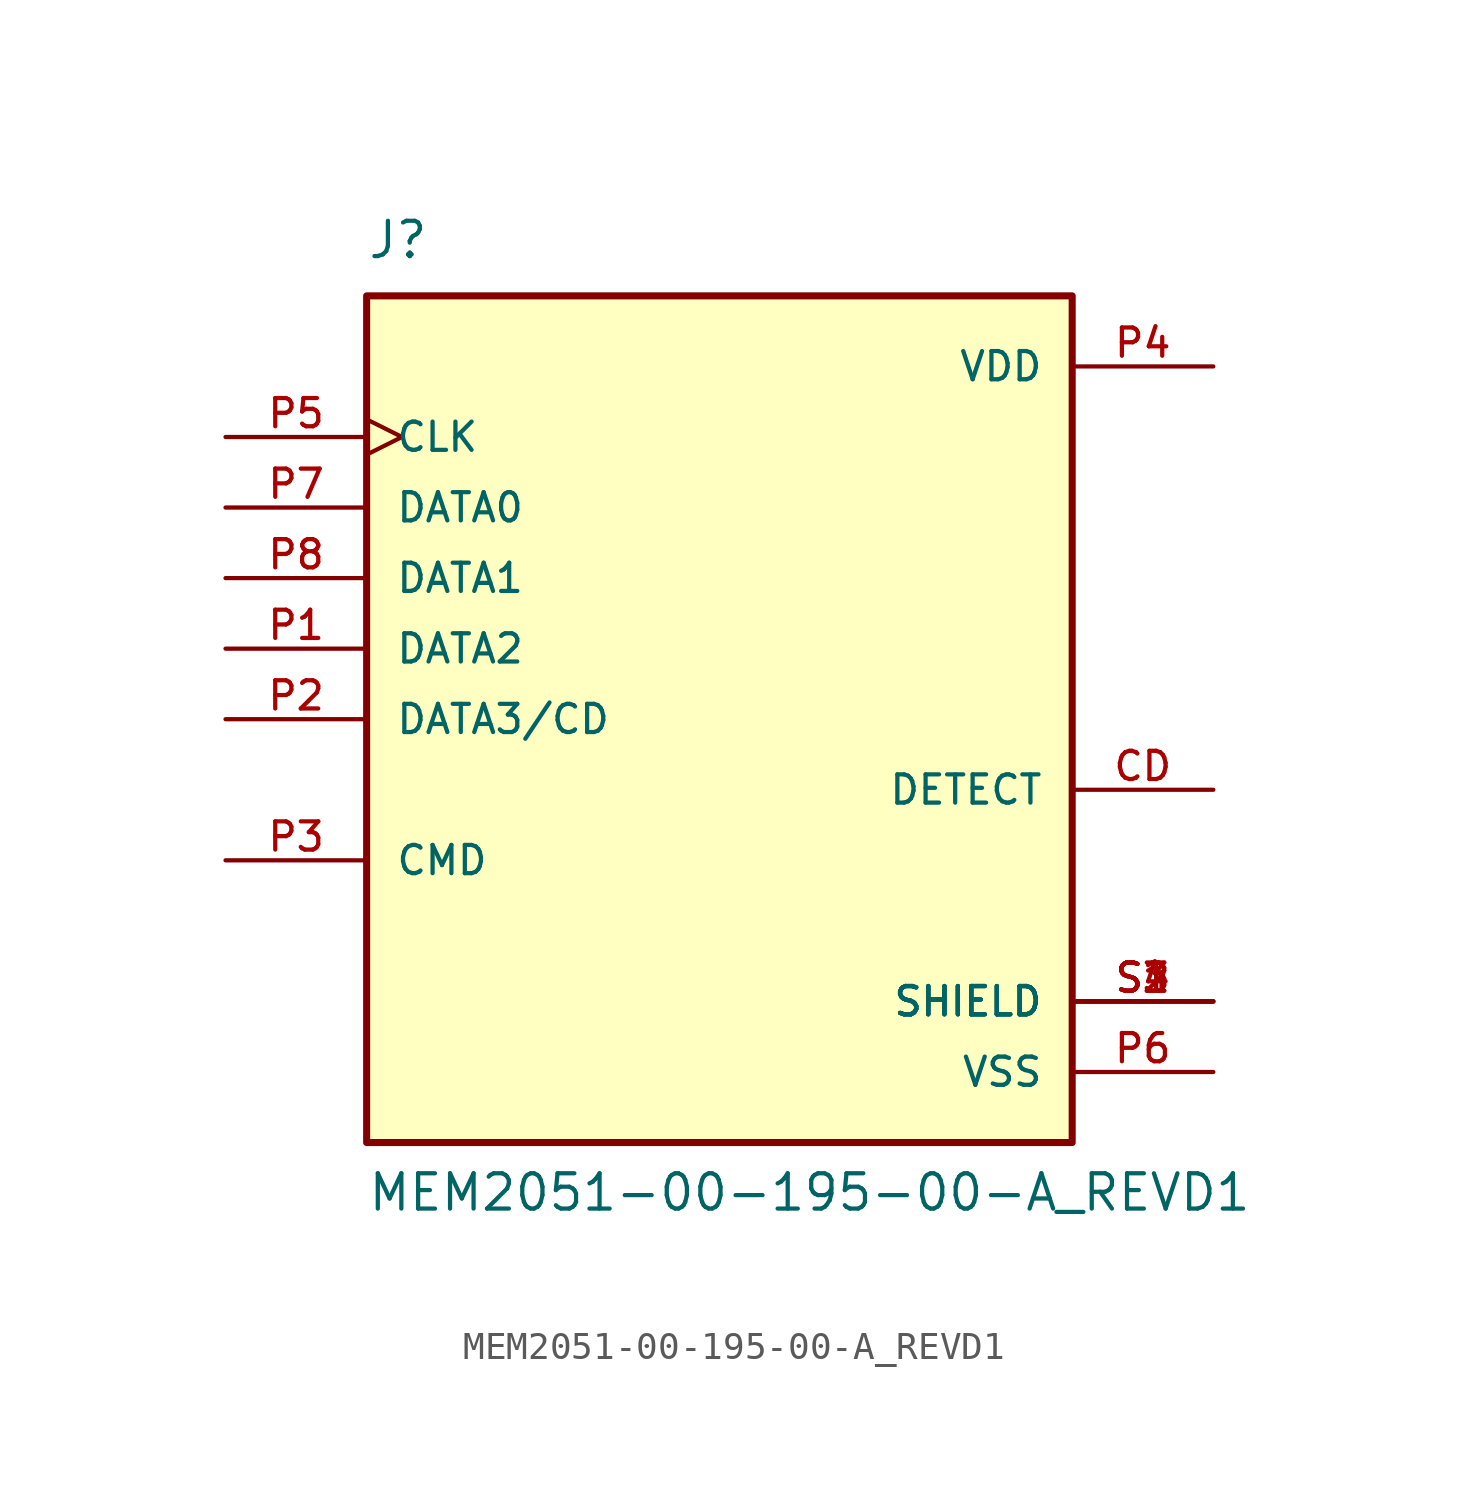
<source format=kicad_sym>
(kicad_symbol_lib
  (version 20211014)
  (generator kicad_symbol_editor)
  (symbol "MEM2051-00-195-00-A_REVD1"
    (pin_names
      (offset 1.016))
    (property "Reference" "J"
      (at -12.7 16.51 0)
      (effects (font (size 1.27 1.27)) (justify bottom left)))
    (property "Value" "MEM2051-00-195-00-A_REVD1"
      (at -12.7 -17.78 0)
      (effects (font (size 1.27 1.27)) (justify bottom left)))
    (symbol "MEM2051-00-195-00-A_REVD1_0_0"
      (rectangle (start -12.7 -15.24) (end 12.7 15.24) (stroke (width 0.254)) (fill (type background)))
      (pin power_in line (at 17.78 -12.7 180.0) (length 5.08) (name "VSS" (effects (font (size 1.016 1.016)))) (number "P6" (effects (font (size 1.016 1.016)))))
      (pin passive line (at 17.78 -2.54 180.0) (length 5.08) (name "DETECT" (effects (font (size 1.016 1.016)))) (number "CD" (effects (font (size 1.016 1.016)))))
      (pin power_in line (at 17.78 12.7 180.0) (length 5.08) (name "VDD" (effects (font (size 1.016 1.016)))) (number "P4" (effects (font (size 1.016 1.016)))))
      (pin input clock (at -17.78 10.16 0) (length 5.08) (name "CLK" (effects (font (size 1.016 1.016)))) (number "P5" (effects (font (size 1.016 1.016)))))
      (pin bidirectional line (at -17.78 -5.08 0) (length 5.08) (name "CMD" (effects (font (size 1.016 1.016)))) (number "P3" (effects (font (size 1.016 1.016)))))
      (pin bidirectional line (at -17.78 0.0 0) (length 5.08) (name "DATA3/CD" (effects (font (size 1.016 1.016)))) (number "P2" (effects (font (size 1.016 1.016)))))
      (pin bidirectional line (at -17.78 2.54 0) (length 5.08) (name "DATA2" (effects (font (size 1.016 1.016)))) (number "P1" (effects (font (size 1.016 1.016)))))
      (pin bidirectional line (at -17.78 5.08 0) (length 5.08) (name "DATA1" (effects (font (size 1.016 1.016)))) (number "P8" (effects (font (size 1.016 1.016)))))
      (pin bidirectional line (at -17.78 7.62 0) (length 5.08) (name "DATA0" (effects (font (size 1.016 1.016)))) (number "P7" (effects (font (size 1.016 1.016)))))
      (pin passive line (at 17.78 -10.16 180.0) (length 5.08) (name "SHIELD" (effects (font (size 1.016 1.016)))) (number "S1" (effects (font (size 1.016 1.016)))))
      (pin passive line (at 17.78 -10.16 180.0) (length 5.08) (name "SHIELD" (effects (font (size 1.016 1.016)))) (number "S2" (effects (font (size 1.016 1.016)))))
      (pin passive line (at 17.78 -10.16 180.0) (length 5.08) (name "SHIELD" (effects (font (size 1.016 1.016)))) (number "S3" (effects (font (size 1.016 1.016)))))
      (pin passive line (at 17.78 -10.16 180.0) (length 5.08) (name "SHIELD" (effects (font (size 1.016 1.016)))) (number "S4" (effects (font (size 1.016 1.016))))))))
</source>
